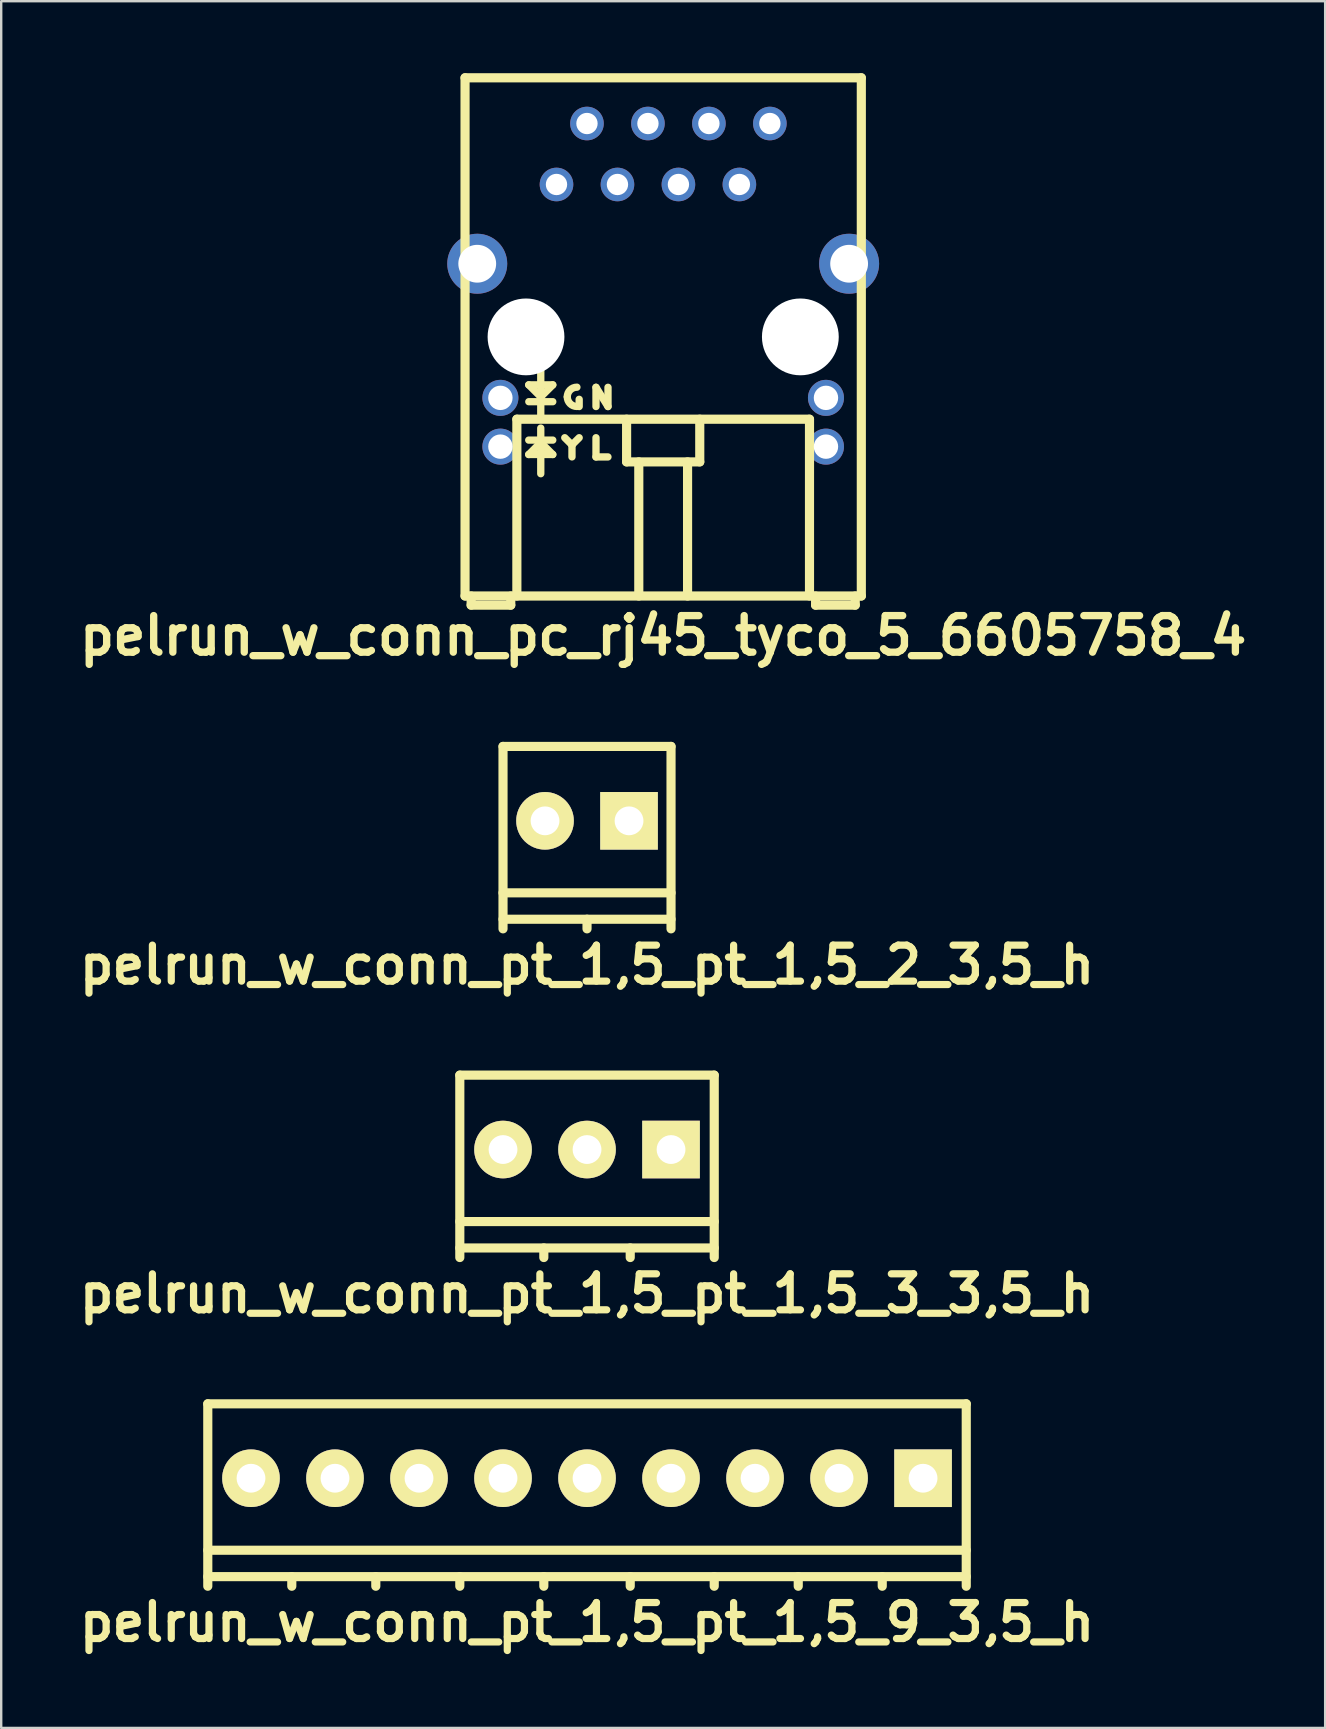
<source format=kicad_pcb>
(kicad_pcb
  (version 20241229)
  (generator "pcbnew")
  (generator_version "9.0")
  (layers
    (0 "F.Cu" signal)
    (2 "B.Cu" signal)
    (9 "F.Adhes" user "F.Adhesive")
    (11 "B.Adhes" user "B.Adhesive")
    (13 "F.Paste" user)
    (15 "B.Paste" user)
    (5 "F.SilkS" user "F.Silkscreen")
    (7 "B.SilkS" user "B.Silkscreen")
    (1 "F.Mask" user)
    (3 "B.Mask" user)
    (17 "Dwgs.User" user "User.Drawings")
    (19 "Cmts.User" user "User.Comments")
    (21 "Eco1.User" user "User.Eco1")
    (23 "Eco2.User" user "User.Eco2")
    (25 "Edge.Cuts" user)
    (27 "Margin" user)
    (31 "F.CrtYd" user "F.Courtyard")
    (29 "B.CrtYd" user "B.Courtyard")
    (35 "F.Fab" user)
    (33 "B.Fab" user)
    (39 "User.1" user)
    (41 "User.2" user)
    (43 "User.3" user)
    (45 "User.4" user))
  (footprint "pelrun_w_conn_pt_1,5_pt_1,5_9_3,5_h"
    (layer "F.Cu")
    (at 21.407 59.237)
    (property "Reference" "pelrun_w_conn_pt_1,5_pt_1,5_9_3,5_h" (at 0 5.3 0) (layer "F.SilkS") (effects (font (size 1.5 1.5) (thickness 0.3))))
    (attr through_hole)
    (fp_line (start -15.8 -3.8) (end -15.8 3.8) (stroke (width 0.381) (type solid)) (layer "F.SilkS"))
    (fp_line (start -15.8 2.3) (end 15.8 2.3) (stroke (width 0.381) (type solid)) (layer "F.SilkS"))
    (fp_line (start -15.8 3.4) (end 15.8 3.4) (stroke (width 0.381) (type solid)) (layer "F.SilkS"))
    (fp_line (start -12.3 3.4) (end -12.3 3.8) (stroke (width 0.381) (type solid)) (layer "F.SilkS"))
    (fp_line (start -8.8 3.4) (end -8.8 3.8) (stroke (width 0.381) (type solid)) (layer "F.SilkS"))
    (fp_line (start -5.3 3.4) (end -5.3 3.8) (stroke (width 0.381) (type solid)) (layer "F.SilkS"))
    (fp_line (start -1.8 3.4) (end -1.8 3.8) (stroke (width 0.381) (type solid)) (layer "F.SilkS"))
    (fp_line (start 1.8 3.4) (end 1.8 3.8) (stroke (width 0.381) (type solid)) (layer "F.SilkS"))
    (fp_line (start 5.3 3.4) (end 5.3 3.8) (stroke (width 0.381) (type solid)) (layer "F.SilkS"))
    (fp_line (start 8.8 3.4) (end 8.8 3.8) (stroke (width 0.381) (type solid)) (layer "F.SilkS"))
    (fp_line (start 12.3 3.4) (end 12.3 3.8) (stroke (width 0.381) (type solid)) (layer "F.SilkS"))
    (fp_line (start 15.8 -3.8) (end -15.8 -3.8) (stroke (width 0.381) (type solid)) (layer "F.SilkS"))
    (fp_line (start 15.8 3.8) (end 15.8 -3.8) (stroke (width 0.381) (type solid)) (layer "F.SilkS"))
    (pad "1" thru_hole rect (at 14 -0.7) (size 2.4 2.4) (drill 1.2) (layers "*.Cu" "*.Mask" "F.SilkS"))
    (pad "2" thru_hole circle (at 10.5 -0.7) (size 2.4 2.4) (drill 1.2) (layers "*.Cu" "*.Mask" "F.SilkS"))
    (pad "3" thru_hole circle (at 7 -0.7) (size 2.4 2.4) (drill 1.2) (layers "*.Cu" "*.Mask" "F.SilkS"))
    (pad "4" thru_hole circle (at 3.5 -0.7) (size 2.4 2.4) (drill 1.2) (layers "*.Cu" "*.Mask" "F.SilkS"))
    (pad "5" thru_hole circle (at 0 -0.7) (size 2.4 2.4) (drill 1.2) (layers "*.Cu" "*.Mask" "F.SilkS"))
    (pad "6" thru_hole circle (at -3.5 -0.7) (size 2.4 2.4) (drill 1.2) (layers "*.Cu" "*.Mask" "F.SilkS"))
    (pad "7" thru_hole circle (at -7 -0.7) (size 2.4 2.4) (drill 1.2) (layers "*.Cu" "*.Mask" "F.SilkS"))
    (pad "8" thru_hole circle (at -10.5 -0.7) (size 2.4 2.4) (drill 1.2) (layers "*.Cu" "*.Mask" "F.SilkS"))
    (pad "9" thru_hole circle (at -14 -0.7) (size 2.4 2.4) (drill 1.2) (layers "*.Cu" "*.Mask" "F.SilkS")))
  (footprint "pelrun_w_conn_pt_1,5_pt_1,5_2_3,5_h"
    (layer "F.Cu")
    (at 21.407 31.848)
    (property "Reference" "pelrun_w_conn_pt_1,5_pt_1,5_2_3,5_h" (at 0 5.3 0) (layer "F.SilkS") (effects (font (size 1.5 1.5) (thickness 0.3))))
    (attr through_hole)
    (fp_line (start -3.5 -3.8) (end -3.5 3.8) (stroke (width 0.381) (type solid)) (layer "F.SilkS"))
    (fp_line (start -3.5 2.3) (end 3.5 2.3) (stroke (width 0.381) (type solid)) (layer "F.SilkS"))
    (fp_line (start -3.5 3.4) (end 3.5 3.4) (stroke (width 0.381) (type solid)) (layer "F.SilkS"))
    (fp_line (start 0 3.4) (end 0 3.8) (stroke (width 0.381) (type solid)) (layer "F.SilkS"))
    (fp_line (start 3.5 -3.8) (end -3.5 -3.8) (stroke (width 0.381) (type solid)) (layer "F.SilkS"))
    (fp_line (start 3.5 3.8) (end 3.5 -3.8) (stroke (width 0.381) (type solid)) (layer "F.SilkS"))
    (pad "1" thru_hole rect (at 1.75 -0.7) (size 2.4 2.4) (drill 1.2) (layers "*.Cu" "*.Mask" "F.SilkS"))
    (pad "2" thru_hole circle (at -1.75 -0.7) (size 2.4 2.4) (drill 1.2) (layers "*.Cu" "*.Mask" "F.SilkS")))
  (footprint "pelrun_w_conn_pt_1,5_pt_1,5_3_3,5_h"
    (layer "F.Cu")
    (at 21.407 45.543)
    (property "Reference" "pelrun_w_conn_pt_1,5_pt_1,5_3_3,5_h" (at 0 5.3 0) (layer "F.SilkS") (effects (font (size 1.5 1.5) (thickness 0.3))))
    (attr through_hole)
    (fp_line (start -5.3 -3.8) (end -5.3 3.8) (stroke (width 0.381) (type solid)) (layer "F.SilkS"))
    (fp_line (start -5.3 2.3) (end 5.3 2.3) (stroke (width 0.381) (type solid)) (layer "F.SilkS"))
    (fp_line (start -5.3 3.4) (end 5.3 3.4) (stroke (width 0.381) (type solid)) (layer "F.SilkS"))
    (fp_line (start -1.8 3.4) (end -1.8 3.8) (stroke (width 0.381) (type solid)) (layer "F.SilkS"))
    (fp_line (start 1.8 3.4) (end 1.8 3.8) (stroke (width 0.381) (type solid)) (layer "F.SilkS"))
    (fp_line (start 5.3 -3.8) (end -5.3 -3.8) (stroke (width 0.381) (type solid)) (layer "F.SilkS"))
    (fp_line (start 5.3 3.8) (end 5.3 -3.8) (stroke (width 0.381) (type solid)) (layer "F.SilkS"))
    (pad "1" thru_hole rect (at 3.5 -0.7) (size 2.4 2.4) (drill 1.2) (layers "*.Cu" "*.Mask" "F.SilkS"))
    (pad "2" thru_hole circle (at 0 -0.7) (size 2.4 2.4) (drill 1.2) (layers "*.Cu" "*.Mask" "F.SilkS"))
    (pad "3" thru_hole circle (at -3.5 -0.7) (size 2.4 2.4) (drill 1.2) (layers "*.Cu" "*.Mask" "F.SilkS")))
  (footprint "pelrun_w_conn_pc_rj45_tyco_5_6605758_4"
    (layer "F.Cu")
    (at 24.58 10.986)
    (property "Reference" "pelrun_w_conn_pc_rj45_tyco_5_6605758_4" (at 0 12.446 0) (layer "F.SilkS") (effects (font (size 1.524 1.524) (thickness 0.305))))
    (attr through_hole)
    (fp_line (start -8.255 -10.795) (end 8.255 -10.795) (stroke (width 0.381) (type solid)) (layer "F.SilkS"))
    (fp_line (start -8.255 10.795) (end -8.255 -10.795) (stroke (width 0.381) (type solid)) (layer "F.SilkS"))
    (fp_line (start -8.255 10.795) (end 8.255 10.795) (stroke (width 0.381) (type solid)) (layer "F.SilkS"))
    (fp_line (start -8.001 11.176) (end -8.001 10.795) (stroke (width 0.381) (type solid)) (layer "F.SilkS"))
    (fp_line (start -8.001 11.176) (end -6.35 11.176) (stroke (width 0.381) (type solid)) (layer "F.SilkS"))
    (fp_line (start -6.35 11.176) (end -6.35 10.795) (stroke (width 0.381) (type solid)) (layer "F.SilkS"))
    (fp_line (start -6.096 3.429) (end -6.096 10.795) (stroke (width 0.381) (type solid)) (layer "F.SilkS"))
    (fp_line (start -6.096 3.429) (end 6.096 3.429) (stroke (width 0.381) (type solid)) (layer "F.SilkS"))
    (fp_line (start -5.601 1.999) (end -4.6 1.999) (stroke (width 0.305) (type solid)) (layer "F.SilkS"))
    (fp_line (start -5.601 4.3) (end -4.6 4.3) (stroke (width 0.305) (type solid)) (layer "F.SilkS"))
    (fp_line (start -5.601 4.9) (end -5.1 4.399) (stroke (width 0.305) (type solid)) (layer "F.SilkS"))
    (fp_line (start -5.1 2.499) (end -5.601 1.999) (stroke (width 0.305) (type solid)) (layer "F.SilkS"))
    (fp_line (start -5.1 3.299) (end -5.1 1.4) (stroke (width 0.305) (type solid)) (layer "F.SilkS"))
    (fp_line (start -5.1 4.399) (end -4.6 4.9) (stroke (width 0.305) (type solid)) (layer "F.SilkS"))
    (fp_line (start -5.1 5.7) (end -5.1 3.8) (stroke (width 0.305) (type solid)) (layer "F.SilkS"))
    (fp_line (start -4.6 1.999) (end -5.1 2.499) (stroke (width 0.305) (type solid)) (layer "F.SilkS"))
    (fp_line (start -4.6 2.7) (end -5.598 2.7) (stroke (width 0.305) (type solid)) (layer "F.SilkS"))
    (fp_line (start -4.6 4.9) (end -5.601 4.9) (stroke (width 0.305) (type solid)) (layer "F.SilkS"))
    (fp_line (start -3.8 4.498) (end -3.8 4.999) (stroke (width 0.305) (type solid)) (layer "F.SilkS"))
    (fp_line (start -3.8 4.501) (end -4.1 4.201) (stroke (width 0.305) (type solid)) (layer "F.SilkS"))
    (fp_line (start -3.8 4.501) (end -3.5 4.201) (stroke (width 0.305) (type solid)) (layer "F.SilkS"))
    (fp_line (start -3.5 2.601) (end -3.5 2.901) (stroke (width 0.305) (type solid)) (layer "F.SilkS"))
    (fp_line (start -2.799 2.101) (end -2.299 2.901) (stroke (width 0.305) (type solid)) (layer "F.SilkS"))
    (fp_line (start -2.799 2.901) (end -2.799 2.101) (stroke (width 0.305) (type solid)) (layer "F.SilkS"))
    (fp_line (start -2.799 4.201) (end -2.799 5.001) (stroke (width 0.305) (type solid)) (layer "F.SilkS"))
    (fp_line (start -2.799 5.001) (end -2.301 5.001) (stroke (width 0.305) (type solid)) (layer "F.SilkS"))
    (fp_line (start -2.299 2.901) (end -2.299 2.101) (stroke (width 0.305) (type solid)) (layer "F.SilkS"))
    (fp_line (start -1.524 5.207) (end -1.524 3.429) (stroke (width 0.381) (type solid)) (layer "F.SilkS"))
    (fp_line (start -1.016 10.795) (end -1.016 5.207) (stroke (width 0.381) (type solid)) (layer "F.SilkS"))
    (fp_line (start 1.016 5.207) (end 1.016 10.795) (stroke (width 0.381) (type solid)) (layer "F.SilkS"))
    (fp_line (start 1.524 3.429) (end 1.524 5.207) (stroke (width 0.381) (type solid)) (layer "F.SilkS"))
    (fp_line (start 1.524 5.207) (end -1.524 5.207) (stroke (width 0.381) (type solid)) (layer "F.SilkS"))
    (fp_line (start 6.096 3.429) (end 6.096 10.795) (stroke (width 0.381) (type solid)) (layer "F.SilkS"))
    (fp_line (start 6.35 11.176) (end 6.35 10.795) (stroke (width 0.381) (type solid)) (layer "F.SilkS"))
    (fp_line (start 6.35 11.176) (end 8.001 11.176) (stroke (width 0.381) (type solid)) (layer "F.SilkS"))
    (fp_line (start 8.001 11.176) (end 8.001 10.795) (stroke (width 0.381) (type solid)) (layer "F.SilkS"))
    (fp_line (start 8.255 -10.795) (end 8.255 10.795) (stroke (width 0.381) (type solid)) (layer "F.SilkS"))
    (fp_arc (start -3.99542 2.49682) (mid -3.877876 2.213044) (end -3.5941 2.0955) (stroke (width 0.3048) (type solid)) (layer "F.SilkS"))
    (fp_arc (start -3.5941 2.89814) (mid -3.877876 2.780596) (end -3.99542 2.49682) (stroke (width 0.3048) (type solid)) (layer "F.SilkS"))
    (pad "" thru_hole circle (at -7.747 -3.048) (size 2.499 2.499) (drill 1.575) (layers "*.Cu" "*.Mask"))
    (pad "" np_thru_hole circle (at -5.715 0) (size 3.2 3.2) (drill 3.2) (layers "*.Cu"))
    (pad "" np_thru_hole circle (at 5.715 0) (size 3.2 3.2) (drill 3.2) (layers "*.Cu"))
    (pad "" thru_hole circle (at 7.747 -3.048) (size 2.499 2.499) (drill 1.575) (layers "*.Cu" "*.Mask"))
    (pad "1" thru_hole circle (at -4.445 -6.35) (size 1.4 1.4) (drill 0.889) (layers "*.Cu" "*.Mask"))
    (pad "2" thru_hole circle (at -3.175 -8.89) (size 1.4 1.4) (drill 0.889) (layers "*.Cu" "*.Mask"))
    (pad "3" thru_hole circle (at -1.905 -6.35) (size 1.4 1.4) (drill 0.889) (layers "*.Cu" "*.Mask"))
    (pad "4" thru_hole circle (at -0.635 -8.89) (size 1.4 1.4) (drill 0.889) (layers "*.Cu" "*.Mask"))
    (pad "5" thru_hole circle (at 0.635 -6.35) (size 1.4 1.4) (drill 0.889) (layers "*.Cu" "*.Mask"))
    (pad "6" thru_hole circle (at 1.905 -8.89) (size 1.4 1.4) (drill 0.889) (layers "*.Cu" "*.Mask"))
    (pad "7" thru_hole circle (at 3.175 -6.35) (size 1.4 1.4) (drill 0.889) (layers "*.Cu" "*.Mask"))
    (pad "8" thru_hole circle (at 4.445 -8.89) (size 1.4 1.4) (drill 0.889) (layers "*.Cu" "*.Mask"))
    (pad "9" thru_hole circle (at -6.782 2.54) (size 1.501 1.501) (drill 1.016) (layers "*.Cu" "*.Mask"))
    (pad "10" thru_hole circle (at -6.782 4.572) (size 1.501 1.501) (drill 1.016) (layers "*.Cu" "*.Mask"))
    (pad "11" thru_hole circle (at 6.782 2.54) (size 1.501 1.501) (drill 1.016) (layers "*.Cu" "*.Mask"))
    (pad "12" thru_hole circle (at 6.782 4.572) (size 1.501 1.501) (drill 1.016) (layers "*.Cu" "*.Mask")))
  (gr_rect
    (start -3 -3)
    (end 52.16 68.941)
    (stroke (width 0.1) (type default))
    (fill no)
    (layer "Edge.Cuts")))
</source>
